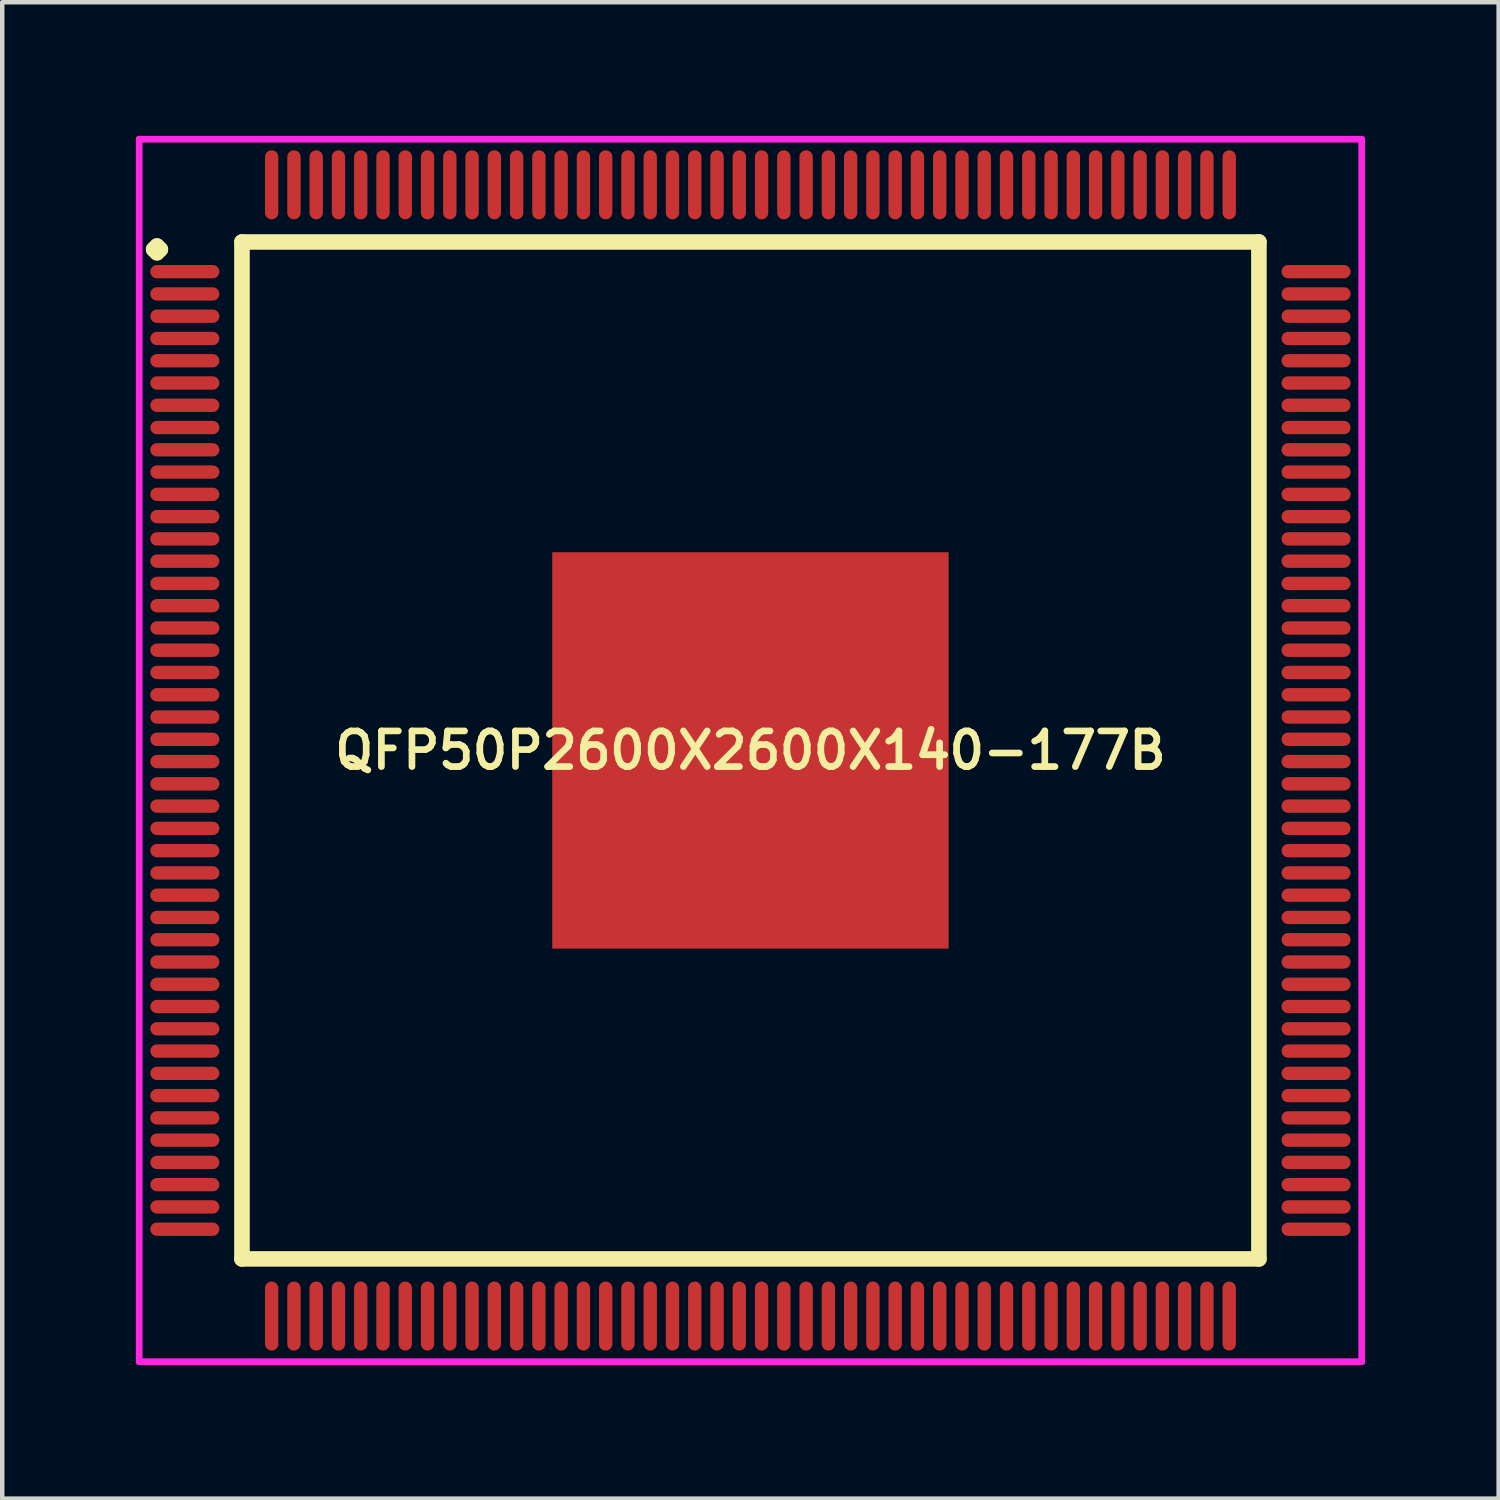
<source format=kicad_pcb>
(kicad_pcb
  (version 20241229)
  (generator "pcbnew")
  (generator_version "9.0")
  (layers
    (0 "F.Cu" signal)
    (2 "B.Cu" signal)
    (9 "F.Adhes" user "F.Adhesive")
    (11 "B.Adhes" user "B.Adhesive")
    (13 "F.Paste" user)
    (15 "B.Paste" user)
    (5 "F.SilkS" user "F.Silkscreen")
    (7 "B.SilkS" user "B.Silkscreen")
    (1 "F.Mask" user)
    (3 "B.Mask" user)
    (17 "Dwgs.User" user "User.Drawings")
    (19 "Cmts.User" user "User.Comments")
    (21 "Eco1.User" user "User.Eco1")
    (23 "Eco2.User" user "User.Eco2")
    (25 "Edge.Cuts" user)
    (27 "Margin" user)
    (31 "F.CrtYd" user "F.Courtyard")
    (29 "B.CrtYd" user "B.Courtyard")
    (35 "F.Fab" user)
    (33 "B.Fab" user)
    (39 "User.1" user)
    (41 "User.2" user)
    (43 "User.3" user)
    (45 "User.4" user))
  (footprint "QFP50P2600X2600X140-177B"
    (layer "F.Cu")
    (at 13.8 13.8)
    (property "Reference" "QFP50P2600X2600X140-177B" (at 0 0 0) (layer "F.SilkS") (effects (font (size 0.8 0.8) (thickness 0.15))))
    (attr smd)
    (fp_line (start -13.4 -11.25) (end -13.325 -11.325) (stroke (width 0.35) (type solid)) (layer "F.SilkS"))
    (fp_line (start -13.325 -11.325) (end -13.25 -11.25) (stroke (width 0.35) (type solid)) (layer "F.SilkS"))
    (fp_line (start -13.325 -11.175) (end -13.4 -11.25) (stroke (width 0.35) (type solid)) (layer "F.SilkS"))
    (fp_line (start -13.25 -11.25) (end -13.325 -11.175) (stroke (width 0.35) (type solid)) (layer "F.SilkS"))
    (fp_line (start -11.417 -11.417) (end -11.417 11.417) (stroke (width 0.35) (type solid)) (layer "F.SilkS"))
    (fp_line (start -11.417 11.417) (end 11.417 11.417) (stroke (width 0.35) (type solid)) (layer "F.SilkS"))
    (fp_line (start 11.417 -11.417) (end -11.417 -11.417) (stroke (width 0.35) (type solid)) (layer "F.SilkS"))
    (fp_line (start 11.417 11.417) (end 11.417 -11.417) (stroke (width 0.35) (type solid)) (layer "F.SilkS"))
    (fp_line (start -13.725 -13.725) (end 13.725 -13.725) (stroke (width 0.15) (type solid)) (layer "F.CrtYd"))
    (fp_line (start -13.725 13.725) (end -13.725 -13.725) (stroke (width 0.15) (type solid)) (layer "F.CrtYd"))
    (fp_line (start 13.725 -13.725) (end 13.725 13.725) (stroke (width 0.15) (type solid)) (layer "F.CrtYd"))
    (fp_line (start 13.725 13.725) (end -13.725 13.725) (stroke (width 0.15) (type solid)) (layer "F.CrtYd"))
    (pad "1" smd oval (at -12.7 -10.75) (size 1.55 0.3) (layers "F.Cu" "F.Mask" "F.Paste"))
    (pad "2" smd oval (at -12.7 -10.25) (size 1.55 0.3) (layers "F.Cu" "F.Mask" "F.Paste"))
    (pad "3" smd oval (at -12.7 -9.75) (size 1.55 0.3) (layers "F.Cu" "F.Mask" "F.Paste"))
    (pad "4" smd oval (at -12.7 -9.25) (size 1.55 0.3) (layers "F.Cu" "F.Mask" "F.Paste"))
    (pad "5" smd oval (at -12.7 -8.75) (size 1.55 0.3) (layers "F.Cu" "F.Mask" "F.Paste"))
    (pad "6" smd oval (at -12.7 -8.25) (size 1.55 0.3) (layers "F.Cu" "F.Mask" "F.Paste"))
    (pad "7" smd oval (at -12.7 -7.75) (size 1.55 0.3) (layers "F.Cu" "F.Mask" "F.Paste"))
    (pad "8" smd oval (at -12.7 -7.25) (size 1.55 0.3) (layers "F.Cu" "F.Mask" "F.Paste"))
    (pad "9" smd oval (at -12.7 -6.75) (size 1.55 0.3) (layers "F.Cu" "F.Mask" "F.Paste"))
    (pad "10" smd oval (at -12.7 -6.25) (size 1.55 0.3) (layers "F.Cu" "F.Mask" "F.Paste"))
    (pad "11" smd oval (at -12.7 -5.75) (size 1.55 0.3) (layers "F.Cu" "F.Mask" "F.Paste"))
    (pad "12" smd oval (at -12.7 -5.25) (size 1.55 0.3) (layers "F.Cu" "F.Mask" "F.Paste"))
    (pad "13" smd oval (at -12.7 -4.75) (size 1.55 0.3) (layers "F.Cu" "F.Mask" "F.Paste"))
    (pad "14" smd oval (at -12.7 -4.25) (size 1.55 0.3) (layers "F.Cu" "F.Mask" "F.Paste"))
    (pad "15" smd oval (at -12.7 -3.75) (size 1.55 0.3) (layers "F.Cu" "F.Mask" "F.Paste"))
    (pad "16" smd oval (at -12.7 -3.25) (size 1.55 0.3) (layers "F.Cu" "F.Mask" "F.Paste"))
    (pad "17" smd oval (at -12.7 -2.75) (size 1.55 0.3) (layers "F.Cu" "F.Mask" "F.Paste"))
    (pad "18" smd oval (at -12.7 -2.25) (size 1.55 0.3) (layers "F.Cu" "F.Mask" "F.Paste"))
    (pad "19" smd oval (at -12.7 -1.75) (size 1.55 0.3) (layers "F.Cu" "F.Mask" "F.Paste"))
    (pad "20" smd oval (at -12.7 -1.25) (size 1.55 0.3) (layers "F.Cu" "F.Mask" "F.Paste"))
    (pad "21" smd oval (at -12.7 -0.75) (size 1.55 0.3) (layers "F.Cu" "F.Mask" "F.Paste"))
    (pad "22" smd oval (at -12.7 -0.25) (size 1.55 0.3) (layers "F.Cu" "F.Mask" "F.Paste"))
    (pad "23" smd oval (at -12.7 0.25) (size 1.55 0.3) (layers "F.Cu" "F.Mask" "F.Paste"))
    (pad "24" smd oval (at -12.7 0.75) (size 1.55 0.3) (layers "F.Cu" "F.Mask" "F.Paste"))
    (pad "25" smd oval (at -12.7 1.25) (size 1.55 0.3) (layers "F.Cu" "F.Mask" "F.Paste"))
    (pad "26" smd oval (at -12.7 1.75) (size 1.55 0.3) (layers "F.Cu" "F.Mask" "F.Paste"))
    (pad "27" smd oval (at -12.7 2.25) (size 1.55 0.3) (layers "F.Cu" "F.Mask" "F.Paste"))
    (pad "28" smd oval (at -12.7 2.75) (size 1.55 0.3) (layers "F.Cu" "F.Mask" "F.Paste"))
    (pad "29" smd oval (at -12.7 3.25) (size 1.55 0.3) (layers "F.Cu" "F.Mask" "F.Paste"))
    (pad "30" smd oval (at -12.7 3.75) (size 1.55 0.3) (layers "F.Cu" "F.Mask" "F.Paste"))
    (pad "31" smd oval (at -12.7 4.25) (size 1.55 0.3) (layers "F.Cu" "F.Mask" "F.Paste"))
    (pad "32" smd oval (at -12.7 4.75) (size 1.55 0.3) (layers "F.Cu" "F.Mask" "F.Paste"))
    (pad "33" smd oval (at -12.7 5.25) (size 1.55 0.3) (layers "F.Cu" "F.Mask" "F.Paste"))
    (pad "34" smd oval (at -12.7 5.75) (size 1.55 0.3) (layers "F.Cu" "F.Mask" "F.Paste"))
    (pad "35" smd oval (at -12.7 6.25) (size 1.55 0.3) (layers "F.Cu" "F.Mask" "F.Paste"))
    (pad "36" smd oval (at -12.7 6.75) (size 1.55 0.3) (layers "F.Cu" "F.Mask" "F.Paste"))
    (pad "37" smd oval (at -12.7 7.25) (size 1.55 0.3) (layers "F.Cu" "F.Mask" "F.Paste"))
    (pad "38" smd oval (at -12.7 7.75) (size 1.55 0.3) (layers "F.Cu" "F.Mask" "F.Paste"))
    (pad "39" smd oval (at -12.7 8.25) (size 1.55 0.3) (layers "F.Cu" "F.Mask" "F.Paste"))
    (pad "40" smd oval (at -12.7 8.75) (size 1.55 0.3) (layers "F.Cu" "F.Mask" "F.Paste"))
    (pad "41" smd oval (at -12.7 9.25) (size 1.55 0.3) (layers "F.Cu" "F.Mask" "F.Paste"))
    (pad "42" smd oval (at -12.7 9.75) (size 1.55 0.3) (layers "F.Cu" "F.Mask" "F.Paste"))
    (pad "43" smd oval (at -12.7 10.25) (size 1.55 0.3) (layers "F.Cu" "F.Mask" "F.Paste"))
    (pad "44" smd oval (at -12.7 10.75) (size 1.55 0.3) (layers "F.Cu" "F.Mask" "F.Paste"))
    (pad "45" smd oval (at -10.75 12.7) (size 0.3 1.55) (layers "F.Cu" "F.Mask" "F.Paste"))
    (pad "46" smd oval (at -10.25 12.7) (size 0.3 1.55) (layers "F.Cu" "F.Mask" "F.Paste"))
    (pad "47" smd oval (at -9.75 12.7) (size 0.3 1.55) (layers "F.Cu" "F.Mask" "F.Paste"))
    (pad "48" smd oval (at -9.25 12.7) (size 0.3 1.55) (layers "F.Cu" "F.Mask" "F.Paste"))
    (pad "49" smd oval (at -8.75 12.7) (size 0.3 1.55) (layers "F.Cu" "F.Mask" "F.Paste"))
    (pad "50" smd oval (at -8.25 12.7) (size 0.3 1.55) (layers "F.Cu" "F.Mask" "F.Paste"))
    (pad "51" smd oval (at -7.75 12.7) (size 0.3 1.55) (layers "F.Cu" "F.Mask" "F.Paste"))
    (pad "52" smd oval (at -7.25 12.7) (size 0.3 1.55) (layers "F.Cu" "F.Mask" "F.Paste"))
    (pad "53" smd oval (at -6.75 12.7) (size 0.3 1.55) (layers "F.Cu" "F.Mask" "F.Paste"))
    (pad "54" smd oval (at -6.25 12.7) (size 0.3 1.55) (layers "F.Cu" "F.Mask" "F.Paste"))
    (pad "55" smd oval (at -5.75 12.7) (size 0.3 1.55) (layers "F.Cu" "F.Mask" "F.Paste"))
    (pad "56" smd oval (at -5.25 12.7) (size 0.3 1.55) (layers "F.Cu" "F.Mask" "F.Paste"))
    (pad "57" smd oval (at -4.75 12.7) (size 0.3 1.55) (layers "F.Cu" "F.Mask" "F.Paste"))
    (pad "58" smd oval (at -4.25 12.7) (size 0.3 1.55) (layers "F.Cu" "F.Mask" "F.Paste"))
    (pad "59" smd oval (at -3.75 12.7) (size 0.3 1.55) (layers "F.Cu" "F.Mask" "F.Paste"))
    (pad "60" smd oval (at -3.25 12.7) (size 0.3 1.55) (layers "F.Cu" "F.Mask" "F.Paste"))
    (pad "61" smd oval (at -2.75 12.7) (size 0.3 1.55) (layers "F.Cu" "F.Mask" "F.Paste"))
    (pad "62" smd oval (at -2.25 12.7) (size 0.3 1.55) (layers "F.Cu" "F.Mask" "F.Paste"))
    (pad "63" smd oval (at -1.75 12.7) (size 0.3 1.55) (layers "F.Cu" "F.Mask" "F.Paste"))
    (pad "64" smd oval (at -1.25 12.7) (size 0.3 1.55) (layers "F.Cu" "F.Mask" "F.Paste"))
    (pad "65" smd oval (at -0.75 12.7) (size 0.3 1.55) (layers "F.Cu" "F.Mask" "F.Paste"))
    (pad "66" smd oval (at -0.25 12.7) (size 0.3 1.55) (layers "F.Cu" "F.Mask" "F.Paste"))
    (pad "67" smd oval (at 0.25 12.7) (size 0.3 1.55) (layers "F.Cu" "F.Mask" "F.Paste"))
    (pad "68" smd oval (at 0.75 12.7) (size 0.3 1.55) (layers "F.Cu" "F.Mask" "F.Paste"))
    (pad "69" smd oval (at 1.25 12.7) (size 0.3 1.55) (layers "F.Cu" "F.Mask" "F.Paste"))
    (pad "70" smd oval (at 1.75 12.7) (size 0.3 1.55) (layers "F.Cu" "F.Mask" "F.Paste"))
    (pad "71" smd oval (at 2.25 12.7) (size 0.3 1.55) (layers "F.Cu" "F.Mask" "F.Paste"))
    (pad "72" smd oval (at 2.75 12.7) (size 0.3 1.55) (layers "F.Cu" "F.Mask" "F.Paste"))
    (pad "73" smd oval (at 3.25 12.7) (size 0.3 1.55) (layers "F.Cu" "F.Mask" "F.Paste"))
    (pad "74" smd oval (at 3.75 12.7) (size 0.3 1.55) (layers "F.Cu" "F.Mask" "F.Paste"))
    (pad "75" smd oval (at 4.25 12.7) (size 0.3 1.55) (layers "F.Cu" "F.Mask" "F.Paste"))
    (pad "76" smd oval (at 4.75 12.7) (size 0.3 1.55) (layers "F.Cu" "F.Mask" "F.Paste"))
    (pad "77" smd oval (at 5.25 12.7) (size 0.3 1.55) (layers "F.Cu" "F.Mask" "F.Paste"))
    (pad "78" smd oval (at 5.75 12.7) (size 0.3 1.55) (layers "F.Cu" "F.Mask" "F.Paste"))
    (pad "79" smd oval (at 6.25 12.7) (size 0.3 1.55) (layers "F.Cu" "F.Mask" "F.Paste"))
    (pad "80" smd oval (at 6.75 12.7) (size 0.3 1.55) (layers "F.Cu" "F.Mask" "F.Paste"))
    (pad "81" smd oval (at 7.25 12.7) (size 0.3 1.55) (layers "F.Cu" "F.Mask" "F.Paste"))
    (pad "82" smd oval (at 7.75 12.7) (size 0.3 1.55) (layers "F.Cu" "F.Mask" "F.Paste"))
    (pad "83" smd oval (at 8.25 12.7) (size 0.3 1.55) (layers "F.Cu" "F.Mask" "F.Paste"))
    (pad "84" smd oval (at 8.75 12.7) (size 0.3 1.55) (layers "F.Cu" "F.Mask" "F.Paste"))
    (pad "85" smd oval (at 9.25 12.7) (size 0.3 1.55) (layers "F.Cu" "F.Mask" "F.Paste"))
    (pad "86" smd oval (at 9.75 12.7) (size 0.3 1.55) (layers "F.Cu" "F.Mask" "F.Paste"))
    (pad "87" smd oval (at 10.25 12.7) (size 0.3 1.55) (layers "F.Cu" "F.Mask" "F.Paste"))
    (pad "88" smd oval (at 10.75 12.7) (size 0.3 1.55) (layers "F.Cu" "F.Mask" "F.Paste"))
    (pad "89" smd oval (at 12.7 10.75) (size 1.55 0.3) (layers "F.Cu" "F.Mask" "F.Paste"))
    (pad "90" smd oval (at 12.7 10.25) (size 1.55 0.3) (layers "F.Cu" "F.Mask" "F.Paste"))
    (pad "91" smd oval (at 12.7 9.75) (size 1.55 0.3) (layers "F.Cu" "F.Mask" "F.Paste"))
    (pad "92" smd oval (at 12.7 9.25) (size 1.55 0.3) (layers "F.Cu" "F.Mask" "F.Paste"))
    (pad "93" smd oval (at 12.7 8.75) (size 1.55 0.3) (layers "F.Cu" "F.Mask" "F.Paste"))
    (pad "94" smd oval (at 12.7 8.25) (size 1.55 0.3) (layers "F.Cu" "F.Mask" "F.Paste"))
    (pad "95" smd oval (at 12.7 7.75) (size 1.55 0.3) (layers "F.Cu" "F.Mask" "F.Paste"))
    (pad "96" smd oval (at 12.7 7.25) (size 1.55 0.3) (layers "F.Cu" "F.Mask" "F.Paste"))
    (pad "97" smd oval (at 12.7 6.75) (size 1.55 0.3) (layers "F.Cu" "F.Mask" "F.Paste"))
    (pad "98" smd oval (at 12.7 6.25) (size 1.55 0.3) (layers "F.Cu" "F.Mask" "F.Paste"))
    (pad "99" smd oval (at 12.7 5.75) (size 1.55 0.3) (layers "F.Cu" "F.Mask" "F.Paste"))
    (pad "100" smd oval (at 12.7 5.25) (size 1.55 0.3) (layers "F.Cu" "F.Mask" "F.Paste"))
    (pad "101" smd oval (at 12.7 4.75) (size 1.55 0.3) (layers "F.Cu" "F.Mask" "F.Paste"))
    (pad "102" smd oval (at 12.7 4.25) (size 1.55 0.3) (layers "F.Cu" "F.Mask" "F.Paste"))
    (pad "103" smd oval (at 12.7 3.75) (size 1.55 0.3) (layers "F.Cu" "F.Mask" "F.Paste"))
    (pad "104" smd oval (at 12.7 3.25) (size 1.55 0.3) (layers "F.Cu" "F.Mask" "F.Paste"))
    (pad "105" smd oval (at 12.7 2.75) (size 1.55 0.3) (layers "F.Cu" "F.Mask" "F.Paste"))
    (pad "106" smd oval (at 12.7 2.25) (size 1.55 0.3) (layers "F.Cu" "F.Mask" "F.Paste"))
    (pad "107" smd oval (at 12.7 1.75) (size 1.55 0.3) (layers "F.Cu" "F.Mask" "F.Paste"))
    (pad "108" smd oval (at 12.7 1.25) (size 1.55 0.3) (layers "F.Cu" "F.Mask" "F.Paste"))
    (pad "109" smd oval (at 12.7 0.75) (size 1.55 0.3) (layers "F.Cu" "F.Mask" "F.Paste"))
    (pad "110" smd oval (at 12.7 0.25) (size 1.55 0.3) (layers "F.Cu" "F.Mask" "F.Paste"))
    (pad "111" smd oval (at 12.7 -0.25) (size 1.55 0.3) (layers "F.Cu" "F.Mask" "F.Paste"))
    (pad "112" smd oval (at 12.7 -0.75) (size 1.55 0.3) (layers "F.Cu" "F.Mask" "F.Paste"))
    (pad "113" smd oval (at 12.7 -1.25) (size 1.55 0.3) (layers "F.Cu" "F.Mask" "F.Paste"))
    (pad "114" smd oval (at 12.7 -1.75) (size 1.55 0.3) (layers "F.Cu" "F.Mask" "F.Paste"))
    (pad "115" smd oval (at 12.7 -2.25) (size 1.55 0.3) (layers "F.Cu" "F.Mask" "F.Paste"))
    (pad "116" smd oval (at 12.7 -2.75) (size 1.55 0.3) (layers "F.Cu" "F.Mask" "F.Paste"))
    (pad "117" smd oval (at 12.7 -3.25) (size 1.55 0.3) (layers "F.Cu" "F.Mask" "F.Paste"))
    (pad "118" smd oval (at 12.7 -3.75) (size 1.55 0.3) (layers "F.Cu" "F.Mask" "F.Paste"))
    (pad "119" smd oval (at 12.7 -4.25) (size 1.55 0.3) (layers "F.Cu" "F.Mask" "F.Paste"))
    (pad "120" smd oval (at 12.7 -4.75) (size 1.55 0.3) (layers "F.Cu" "F.Mask" "F.Paste"))
    (pad "121" smd oval (at 12.7 -5.25) (size 1.55 0.3) (layers "F.Cu" "F.Mask" "F.Paste"))
    (pad "122" smd oval (at 12.7 -5.75) (size 1.55 0.3) (layers "F.Cu" "F.Mask" "F.Paste"))
    (pad "123" smd oval (at 12.7 -6.25) (size 1.55 0.3) (layers "F.Cu" "F.Mask" "F.Paste"))
    (pad "124" smd oval (at 12.7 -6.75) (size 1.55 0.3) (layers "F.Cu" "F.Mask" "F.Paste"))
    (pad "125" smd oval (at 12.7 -7.25) (size 1.55 0.3) (layers "F.Cu" "F.Mask" "F.Paste"))
    (pad "126" smd oval (at 12.7 -7.75) (size 1.55 0.3) (layers "F.Cu" "F.Mask" "F.Paste"))
    (pad "127" smd oval (at 12.7 -8.25) (size 1.55 0.3) (layers "F.Cu" "F.Mask" "F.Paste"))
    (pad "128" smd oval (at 12.7 -8.75) (size 1.55 0.3) (layers "F.Cu" "F.Mask" "F.Paste"))
    (pad "129" smd oval (at 12.7 -9.25) (size 1.55 0.3) (layers "F.Cu" "F.Mask" "F.Paste"))
    (pad "130" smd oval (at 12.7 -9.75) (size 1.55 0.3) (layers "F.Cu" "F.Mask" "F.Paste"))
    (pad "131" smd oval (at 12.7 -10.25) (size 1.55 0.3) (layers "F.Cu" "F.Mask" "F.Paste"))
    (pad "132" smd oval (at 12.7 -10.75) (size 1.55 0.3) (layers "F.Cu" "F.Mask" "F.Paste"))
    (pad "133" smd oval (at 10.75 -12.7) (size 0.3 1.55) (layers "F.Cu" "F.Mask" "F.Paste"))
    (pad "134" smd oval (at 10.25 -12.7) (size 0.3 1.55) (layers "F.Cu" "F.Mask" "F.Paste"))
    (pad "135" smd oval (at 9.75 -12.7) (size 0.3 1.55) (layers "F.Cu" "F.Mask" "F.Paste"))
    (pad "136" smd oval (at 9.25 -12.7) (size 0.3 1.55) (layers "F.Cu" "F.Mask" "F.Paste"))
    (pad "137" smd oval (at 8.75 -12.7) (size 0.3 1.55) (layers "F.Cu" "F.Mask" "F.Paste"))
    (pad "138" smd oval (at 8.25 -12.7) (size 0.3 1.55) (layers "F.Cu" "F.Mask" "F.Paste"))
    (pad "139" smd oval (at 7.75 -12.7) (size 0.3 1.55) (layers "F.Cu" "F.Mask" "F.Paste"))
    (pad "140" smd oval (at 7.25 -12.7) (size 0.3 1.55) (layers "F.Cu" "F.Mask" "F.Paste"))
    (pad "141" smd oval (at 6.75 -12.7) (size 0.3 1.55) (layers "F.Cu" "F.Mask" "F.Paste"))
    (pad "142" smd oval (at 6.25 -12.7) (size 0.3 1.55) (layers "F.Cu" "F.Mask" "F.Paste"))
    (pad "143" smd oval (at 5.75 -12.7) (size 0.3 1.55) (layers "F.Cu" "F.Mask" "F.Paste"))
    (pad "144" smd oval (at 5.25 -12.7) (size 0.3 1.55) (layers "F.Cu" "F.Mask" "F.Paste"))
    (pad "145" smd oval (at 4.75 -12.7) (size 0.3 1.55) (layers "F.Cu" "F.Mask" "F.Paste"))
    (pad "146" smd oval (at 4.25 -12.7) (size 0.3 1.55) (layers "F.Cu" "F.Mask" "F.Paste"))
    (pad "147" smd oval (at 3.75 -12.7) (size 0.3 1.55) (layers "F.Cu" "F.Mask" "F.Paste"))
    (pad "148" smd oval (at 3.25 -12.7) (size 0.3 1.55) (layers "F.Cu" "F.Mask" "F.Paste"))
    (pad "149" smd oval (at 2.75 -12.7) (size 0.3 1.55) (layers "F.Cu" "F.Mask" "F.Paste"))
    (pad "150" smd oval (at 2.25 -12.7) (size 0.3 1.55) (layers "F.Cu" "F.Mask" "F.Paste"))
    (pad "151" smd oval (at 1.75 -12.7) (size 0.3 1.55) (layers "F.Cu" "F.Mask" "F.Paste"))
    (pad "152" smd oval (at 1.25 -12.7) (size 0.3 1.55) (layers "F.Cu" "F.Mask" "F.Paste"))
    (pad "153" smd oval (at 0.75 -12.7) (size 0.3 1.55) (layers "F.Cu" "F.Mask" "F.Paste"))
    (pad "154" smd oval (at 0.25 -12.7) (size 0.3 1.55) (layers "F.Cu" "F.Mask" "F.Paste"))
    (pad "155" smd oval (at -0.25 -12.7) (size 0.3 1.55) (layers "F.Cu" "F.Mask" "F.Paste"))
    (pad "156" smd oval (at -0.75 -12.7) (size 0.3 1.55) (layers "F.Cu" "F.Mask" "F.Paste"))
    (pad "157" smd oval (at -1.25 -12.7) (size 0.3 1.55) (layers "F.Cu" "F.Mask" "F.Paste"))
    (pad "158" smd oval (at -1.75 -12.7) (size 0.3 1.55) (layers "F.Cu" "F.Mask" "F.Paste"))
    (pad "159" smd oval (at -2.25 -12.7) (size 0.3 1.55) (layers "F.Cu" "F.Mask" "F.Paste"))
    (pad "160" smd oval (at -2.75 -12.7) (size 0.3 1.55) (layers "F.Cu" "F.Mask" "F.Paste"))
    (pad "161" smd oval (at -3.25 -12.7) (size 0.3 1.55) (layers "F.Cu" "F.Mask" "F.Paste"))
    (pad "162" smd oval (at -3.75 -12.7) (size 0.3 1.55) (layers "F.Cu" "F.Mask" "F.Paste"))
    (pad "163" smd oval (at -4.25 -12.7) (size 0.3 1.55) (layers "F.Cu" "F.Mask" "F.Paste"))
    (pad "164" smd oval (at -4.75 -12.7) (size 0.3 1.55) (layers "F.Cu" "F.Mask" "F.Paste"))
    (pad "165" smd oval (at -5.25 -12.7) (size 0.3 1.55) (layers "F.Cu" "F.Mask" "F.Paste"))
    (pad "166" smd oval (at -5.75 -12.7) (size 0.3 1.55) (layers "F.Cu" "F.Mask" "F.Paste"))
    (pad "167" smd oval (at -6.25 -12.7) (size 0.3 1.55) (layers "F.Cu" "F.Mask" "F.Paste"))
    (pad "168" smd oval (at -6.75 -12.7) (size 0.3 1.55) (layers "F.Cu" "F.Mask" "F.Paste"))
    (pad "169" smd oval (at -7.25 -12.7) (size 0.3 1.55) (layers "F.Cu" "F.Mask" "F.Paste"))
    (pad "170" smd oval (at -7.75 -12.7) (size 0.3 1.55) (layers "F.Cu" "F.Mask" "F.Paste"))
    (pad "171" smd oval (at -8.25 -12.7) (size 0.3 1.55) (layers "F.Cu" "F.Mask" "F.Paste"))
    (pad "172" smd oval (at -8.75 -12.7) (size 0.3 1.55) (layers "F.Cu" "F.Mask" "F.Paste"))
    (pad "173" smd oval (at -9.25 -12.7) (size 0.3 1.55) (layers "F.Cu" "F.Mask" "F.Paste"))
    (pad "174" smd oval (at -9.75 -12.7) (size 0.3 1.55) (layers "F.Cu" "F.Mask" "F.Paste"))
    (pad "175" smd oval (at -10.25 -12.7) (size 0.3 1.55) (layers "F.Cu" "F.Mask" "F.Paste"))
    (pad "176" smd oval (at -10.75 -12.7) (size 0.3 1.55) (layers "F.Cu" "F.Mask" "F.Paste"))
    (pad "177" smd rect (at 0 0) (size 8.9 8.9) (layers "F.Cu" "F.Mask" "F.Paste")))
  (gr_rect
    (start -3 -3)
    (end 30.6 30.6)
    (stroke (width 0.1) (type default))
    (fill no)
    (layer "Edge.Cuts")))
</source>
